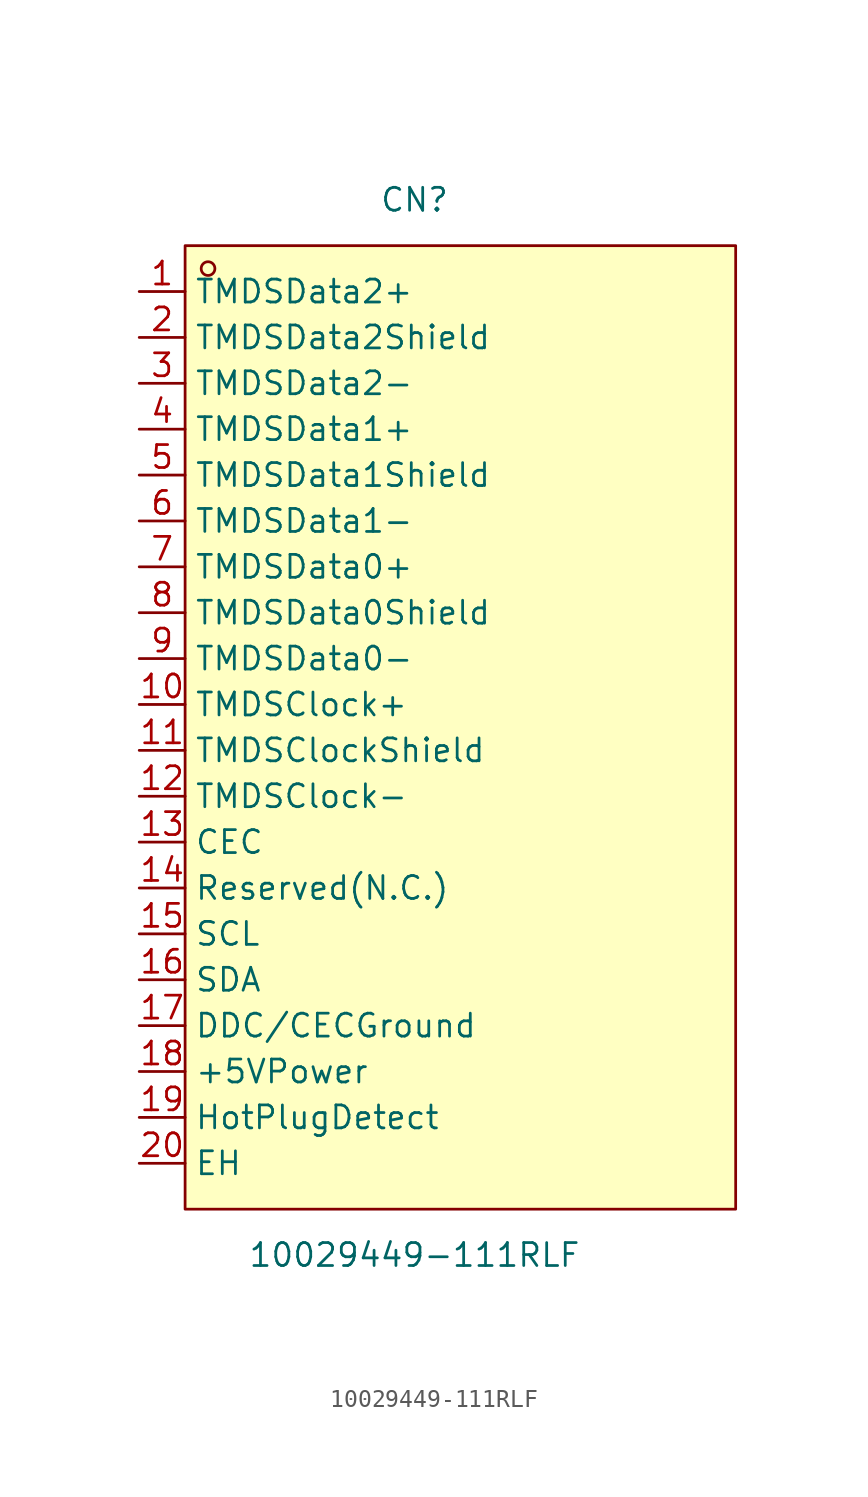
<source format=kicad_sym>
(kicad_symbol_lib
  (version 20231120)
  (generator "kicad_symbol_editor")
  (generator_version "8.0")
  (symbol "10029449-111RLF"
    (property "Reference" "CN"
      (at 0 30.48 0)
      (effects (font (size 1.27 1.27))))
    (property "Value" "10029449-111RLF"
      (at 0 -27.94 0)
      (effects (font (size 1.27 1.27))))
    (symbol "10029449-111RLF_0_1"
      (rectangle (start -12.7 27.94) (end 17.78 -25.4) (stroke (width 0) (type default)) (fill (type background)))
      (circle (center -11.43 26.67) (radius 0.38) (stroke (width 0) (type default)) (fill (type none)))
      (pin unspecified line (at -15.24 25.4 0) (length 2.54) (name "TMDSData2+" (effects (font (size 1.27 1.27)))) (number "1" (effects (font (size 1.27 1.27)))))
      (pin unspecified line (at -15.24 2.54 0) (length 2.54) (name "TMDSClock+" (effects (font (size 1.27 1.27)))) (number "10" (effects (font (size 1.27 1.27)))))
      (pin unspecified line (at -15.24 0 0) (length 2.54) (name "TMDSClockShield" (effects (font (size 1.27 1.27)))) (number "11" (effects (font (size 1.27 1.27)))))
      (pin unspecified line (at -15.24 -2.54 0) (length 2.54) (name "TMDSClock-" (effects (font (size 1.27 1.27)))) (number "12" (effects (font (size 1.27 1.27)))))
      (pin unspecified line (at -15.24 -5.08 0) (length 2.54) (name "CEC" (effects (font (size 1.27 1.27)))) (number "13" (effects (font (size 1.27 1.27)))))
      (pin unspecified line (at -15.24 -7.62 0) (length 2.54) (name "Reserved(N.C.)" (effects (font (size 1.27 1.27)))) (number "14" (effects (font (size 1.27 1.27)))))
      (pin unspecified line (at -15.24 -10.16 0) (length 2.54) (name "SCL" (effects (font (size 1.27 1.27)))) (number "15" (effects (font (size 1.27 1.27)))))
      (pin unspecified line (at -15.24 -12.7 0) (length 2.54) (name "SDA" (effects (font (size 1.27 1.27)))) (number "16" (effects (font (size 1.27 1.27)))))
      (pin unspecified line (at -15.24 -15.24 0) (length 2.54) (name "DDC/CECGround" (effects (font (size 1.27 1.27)))) (number "17" (effects (font (size 1.27 1.27)))))
      (pin unspecified line (at -15.24 -17.78 0) (length 2.54) (name "+5VPower" (effects (font (size 1.27 1.27)))) (number "18" (effects (font (size 1.27 1.27)))))
      (pin unspecified line (at -15.24 -20.32 0) (length 2.54) (name "HotPlugDetect" (effects (font (size 1.27 1.27)))) (number "19" (effects (font (size 1.27 1.27)))))
      (pin unspecified line (at -15.24 22.86 0) (length 2.54) (name "TMDSData2Shield" (effects (font (size 1.27 1.27)))) (number "2" (effects (font (size 1.27 1.27)))))
      (pin unspecified line (at -15.24 -22.86 0) (length 2.54) (name "EH" (effects (font (size 1.27 1.27)))) (number "20" (effects (font (size 1.27 1.27)))))
      (pin unspecified line (at -15.24 20.32 0) (length 2.54) (name "TMDSData2-" (effects (font (size 1.27 1.27)))) (number "3" (effects (font (size 1.27 1.27)))))
      (pin unspecified line (at -15.24 17.78 0) (length 2.54) (name "TMDSData1+" (effects (font (size 1.27 1.27)))) (number "4" (effects (font (size 1.27 1.27)))))
      (pin unspecified line (at -15.24 15.24 0) (length 2.54) (name "TMDSData1Shield" (effects (font (size 1.27 1.27)))) (number "5" (effects (font (size 1.27 1.27)))))
      (pin unspecified line (at -15.24 12.7 0) (length 2.54) (name "TMDSData1-" (effects (font (size 1.27 1.27)))) (number "6" (effects (font (size 1.27 1.27)))))
      (pin unspecified line (at -15.24 10.16 0) (length 2.54) (name "TMDSData0+" (effects (font (size 1.27 1.27)))) (number "7" (effects (font (size 1.27 1.27)))))
      (pin unspecified line (at -15.24 7.62 0) (length 2.54) (name "TMDSData0Shield" (effects (font (size 1.27 1.27)))) (number "8" (effects (font (size 1.27 1.27)))))
      (pin unspecified line (at -15.24 5.08 0) (length 2.54) (name "TMDSData0-" (effects (font (size 1.27 1.27)))) (number "9" (effects (font (size 1.27 1.27))))))))
</source>
